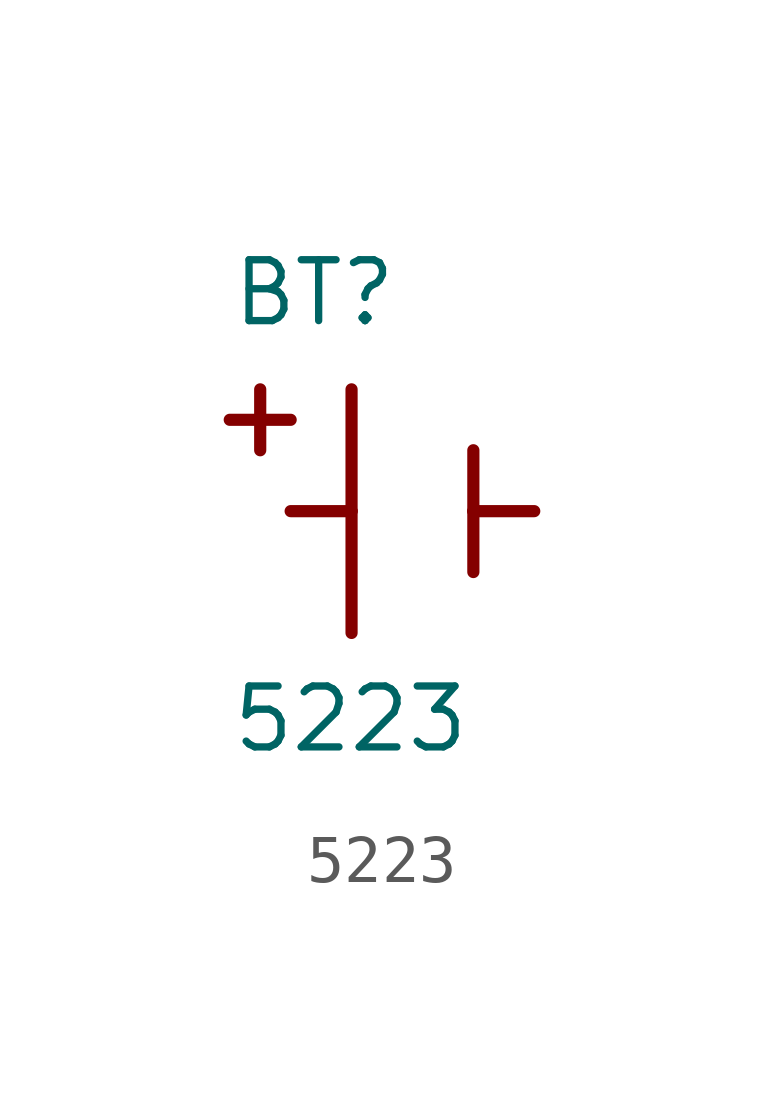
<source format=kicad_sym>
(kicad_symbol_lib
  (version 20211014)
  (generator kicad_symbol_editor)
  (symbol "5223"
    (pin_names
      (offset 1.016))
    (property "Reference" "BT"
      (at -3.81 3.81 0)
      (effects (font (size 1.27 1.27)) (justify bottom left)))
    (property "Value" "5223"
      (at -3.81 -5.08 0)
      (effects (font (size 1.27 1.27)) (justify bottom left)))
    (symbol "5223_0_0"
      (polyline (pts (xy -1.27 2.54) (xy -1.27 0.0)) (stroke (width 0.254)))
      (polyline (pts (xy -1.27 0.0) (xy -1.27 -2.54)) (stroke (width 0.254)))
      (polyline (pts (xy 1.27 1.27) (xy 1.27 0.0)) (stroke (width 0.254)))
      (polyline (pts (xy 1.27 0.0) (xy 1.27 -1.27)) (stroke (width 0.254)))
      (polyline (pts (xy -1.27 0.0) (xy -2.54 0.0)) (stroke (width 0.254)))
      (polyline (pts (xy 1.27 0.0) (xy 2.54 0.0)) (stroke (width 0.254)))
      (polyline (pts (xy -3.175 2.54) (xy -3.175 1.27)) (stroke (width 0.254)))
      (polyline (pts (xy -3.81 1.905) (xy -2.54 1.905)) (stroke (width 0.254))))))
</source>
